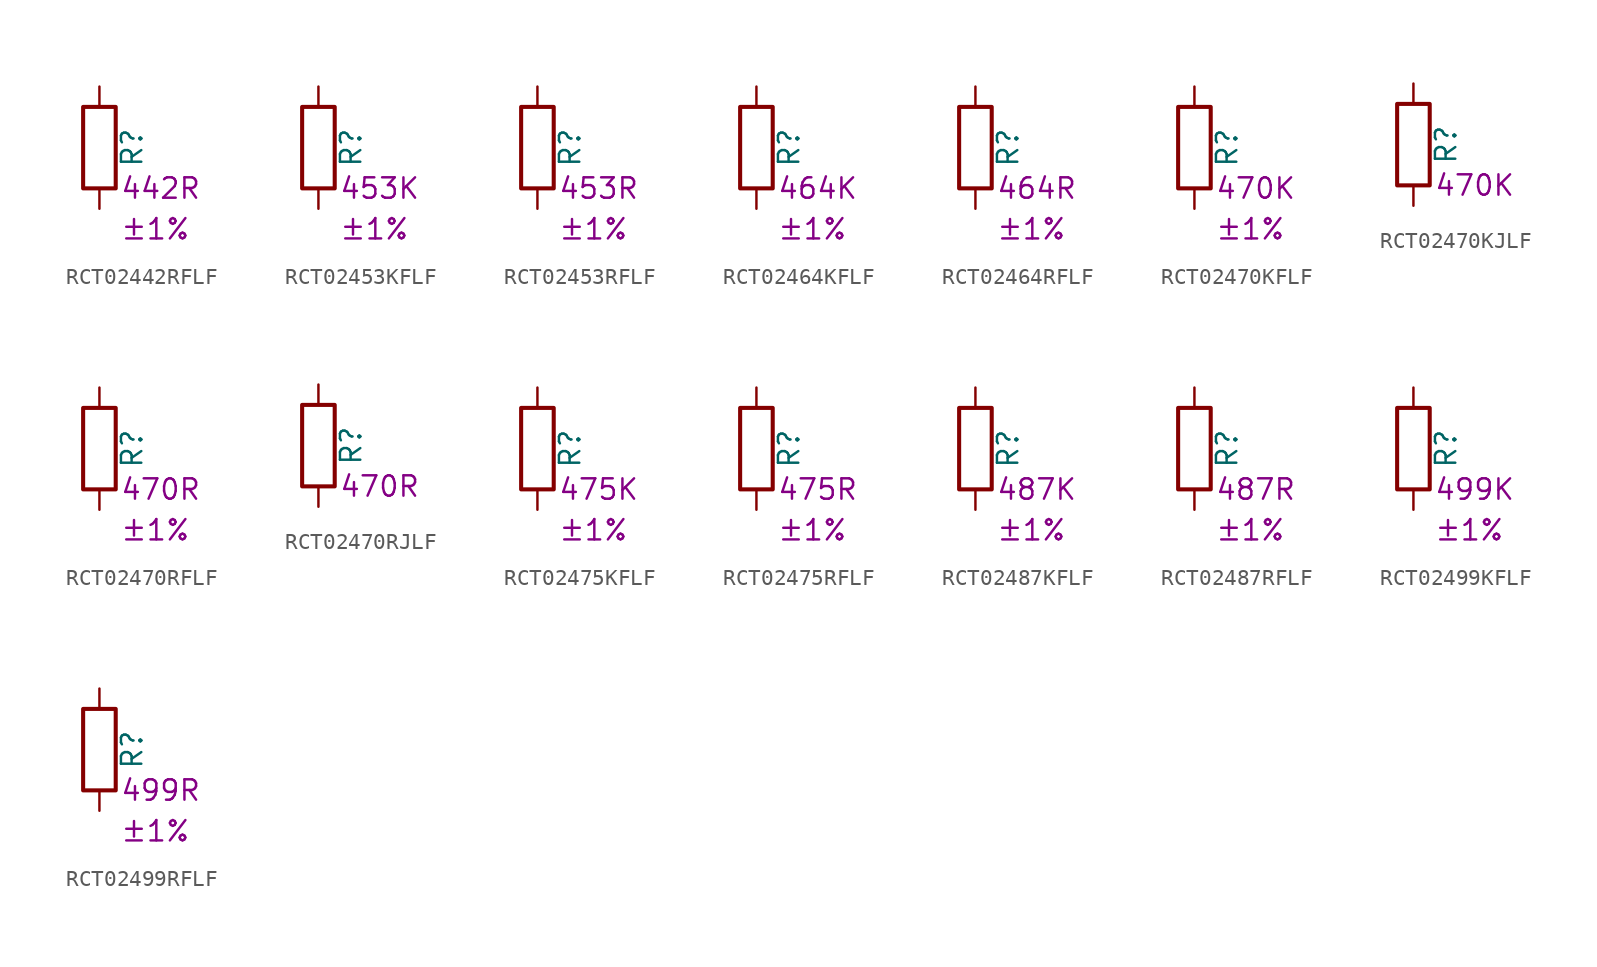
<source format=kicad_sym>
(kicad_symbol_lib
  (version 20220914)
  (generator kicad_symbol_editor)
  (symbol "RCT02442RFLF"
    (pin_numbers hide)
    (pin_names
      (offset 0))
    (property "Reference" "R"
      (at 2.032 0 90)
      (effects (font (size 1.27 1.27))))
    (property "Resistance" "442R"
      (at 1.27 -2.54 0)
      (effects (font (size 1.27 1.27)) (justify left)))
    (property "Tolerance" "±1%"
      (at 1.27 -5.08 0)
      (effects (font (size 1.27 1.27)) (justify left)))
    (symbol "RCT02442RFLF_0_1"
      (rectangle (start -1.016 -2.54) (end 1.016 2.54) (stroke (width 0.254) (type default)) (fill (type none))))
    (symbol "RCT02442RFLF_1_1"
      (pin passive line (at 0 3.81 270) (length 1.27) (name "~" (effects (font (size 1.27 1.27)))) (number "1" (effects (font (size 1.27 1.27)))))
      (pin passive line (at 0 -3.81 90) (length 1.27) (name "~" (effects (font (size 1.27 1.27)))) (number "2" (effects (font (size 1.27 1.27)))))))
  (symbol "RCT02453KFLF"
    (pin_numbers hide)
    (pin_names
      (offset 0))
    (property "Reference" "R"
      (at 2.032 0 90)
      (effects (font (size 1.27 1.27))))
    (property "Resistance" "453K"
      (at 1.27 -2.54 0)
      (effects (font (size 1.27 1.27)) (justify left)))
    (property "Tolerance" "±1%"
      (at 1.27 -5.08 0)
      (effects (font (size 1.27 1.27)) (justify left)))
    (symbol "RCT02453KFLF_0_1"
      (rectangle (start -1.016 -2.54) (end 1.016 2.54) (stroke (width 0.254) (type default)) (fill (type none))))
    (symbol "RCT02453KFLF_1_1"
      (pin passive line (at 0 3.81 270) (length 1.27) (name "~" (effects (font (size 1.27 1.27)))) (number "1" (effects (font (size 1.27 1.27)))))
      (pin passive line (at 0 -3.81 90) (length 1.27) (name "~" (effects (font (size 1.27 1.27)))) (number "2" (effects (font (size 1.27 1.27)))))))
  (symbol "RCT02453RFLF"
    (pin_numbers hide)
    (pin_names
      (offset 0))
    (property "Reference" "R"
      (at 2.032 0 90)
      (effects (font (size 1.27 1.27))))
    (property "Resistance" "453R"
      (at 1.27 -2.54 0)
      (effects (font (size 1.27 1.27)) (justify left)))
    (property "Tolerance" "±1%"
      (at 1.27 -5.08 0)
      (effects (font (size 1.27 1.27)) (justify left)))
    (symbol "RCT02453RFLF_0_1"
      (rectangle (start -1.016 -2.54) (end 1.016 2.54) (stroke (width 0.254) (type default)) (fill (type none))))
    (symbol "RCT02453RFLF_1_1"
      (pin passive line (at 0 3.81 270) (length 1.27) (name "~" (effects (font (size 1.27 1.27)))) (number "1" (effects (font (size 1.27 1.27)))))
      (pin passive line (at 0 -3.81 90) (length 1.27) (name "~" (effects (font (size 1.27 1.27)))) (number "2" (effects (font (size 1.27 1.27)))))))
  (symbol "RCT02464KFLF"
    (pin_numbers hide)
    (pin_names
      (offset 0))
    (property "Reference" "R"
      (at 2.032 0 90)
      (effects (font (size 1.27 1.27))))
    (property "Resistance" "464K"
      (at 1.27 -2.54 0)
      (effects (font (size 1.27 1.27)) (justify left)))
    (property "Tolerance" "±1%"
      (at 1.27 -5.08 0)
      (effects (font (size 1.27 1.27)) (justify left)))
    (symbol "RCT02464KFLF_0_1"
      (rectangle (start -1.016 -2.54) (end 1.016 2.54) (stroke (width 0.254) (type default)) (fill (type none))))
    (symbol "RCT02464KFLF_1_1"
      (pin passive line (at 0 3.81 270) (length 1.27) (name "~" (effects (font (size 1.27 1.27)))) (number "1" (effects (font (size 1.27 1.27)))))
      (pin passive line (at 0 -3.81 90) (length 1.27) (name "~" (effects (font (size 1.27 1.27)))) (number "2" (effects (font (size 1.27 1.27)))))))
  (symbol "RCT02464RFLF"
    (pin_numbers hide)
    (pin_names
      (offset 0))
    (property "Reference" "R"
      (at 2.032 0 90)
      (effects (font (size 1.27 1.27))))
    (property "Resistance" "464R"
      (at 1.27 -2.54 0)
      (effects (font (size 1.27 1.27)) (justify left)))
    (property "Tolerance" "±1%"
      (at 1.27 -5.08 0)
      (effects (font (size 1.27 1.27)) (justify left)))
    (symbol "RCT02464RFLF_0_1"
      (rectangle (start -1.016 -2.54) (end 1.016 2.54) (stroke (width 0.254) (type default)) (fill (type none))))
    (symbol "RCT02464RFLF_1_1"
      (pin passive line (at 0 3.81 270) (length 1.27) (name "~" (effects (font (size 1.27 1.27)))) (number "1" (effects (font (size 1.27 1.27)))))
      (pin passive line (at 0 -3.81 90) (length 1.27) (name "~" (effects (font (size 1.27 1.27)))) (number "2" (effects (font (size 1.27 1.27)))))))
  (symbol "RCT02470KFLF"
    (pin_numbers hide)
    (pin_names
      (offset 0))
    (property "Reference" "R"
      (at 2.032 0 90)
      (effects (font (size 1.27 1.27))))
    (property "Resistance" "470K"
      (at 1.27 -2.54 0)
      (effects (font (size 1.27 1.27)) (justify left)))
    (property "Tolerance" "±1%"
      (at 1.27 -5.08 0)
      (effects (font (size 1.27 1.27)) (justify left)))
    (symbol "RCT02470KFLF_0_1"
      (rectangle (start -1.016 -2.54) (end 1.016 2.54) (stroke (width 0.254) (type default)) (fill (type none))))
    (symbol "RCT02470KFLF_1_1"
      (pin passive line (at 0 3.81 270) (length 1.27) (name "~" (effects (font (size 1.27 1.27)))) (number "1" (effects (font (size 1.27 1.27)))))
      (pin passive line (at 0 -3.81 90) (length 1.27) (name "~" (effects (font (size 1.27 1.27)))) (number "2" (effects (font (size 1.27 1.27)))))))
  (symbol "RCT02470KJLF"
    (pin_numbers hide)
    (pin_names
      (offset 0))
    (property "Reference" "R"
      (at 2.032 0 90)
      (effects (font (size 1.27 1.27))))
    (property "Resistance" "470K"
      (at 1.27 -2.54 0)
      (effects (font (size 1.27 1.27)) (justify left)))
    (symbol "RCT02470KJLF_0_1"
      (rectangle (start -1.016 -2.54) (end 1.016 2.54) (stroke (width 0.254) (type default)) (fill (type none))))
    (symbol "RCT02470KJLF_1_1"
      (pin passive line (at 0 3.81 270) (length 1.27) (name "~" (effects (font (size 1.27 1.27)))) (number "1" (effects (font (size 1.27 1.27)))))
      (pin passive line (at 0 -3.81 90) (length 1.27) (name "~" (effects (font (size 1.27 1.27)))) (number "2" (effects (font (size 1.27 1.27)))))))
  (symbol "RCT02470RFLF"
    (pin_numbers hide)
    (pin_names
      (offset 0))
    (property "Reference" "R"
      (at 2.032 0 90)
      (effects (font (size 1.27 1.27))))
    (property "Resistance" "470R"
      (at 1.27 -2.54 0)
      (effects (font (size 1.27 1.27)) (justify left)))
    (property "Tolerance" "±1%"
      (at 1.27 -5.08 0)
      (effects (font (size 1.27 1.27)) (justify left)))
    (symbol "RCT02470RFLF_0_1"
      (rectangle (start -1.016 -2.54) (end 1.016 2.54) (stroke (width 0.254) (type default)) (fill (type none))))
    (symbol "RCT02470RFLF_1_1"
      (pin passive line (at 0 3.81 270) (length 1.27) (name "~" (effects (font (size 1.27 1.27)))) (number "1" (effects (font (size 1.27 1.27)))))
      (pin passive line (at 0 -3.81 90) (length 1.27) (name "~" (effects (font (size 1.27 1.27)))) (number "2" (effects (font (size 1.27 1.27)))))))
  (symbol "RCT02470RJLF"
    (pin_numbers hide)
    (pin_names
      (offset 0))
    (property "Reference" "R"
      (at 2.032 0 90)
      (effects (font (size 1.27 1.27))))
    (property "Resistance" "470R"
      (at 1.27 -2.54 0)
      (effects (font (size 1.27 1.27)) (justify left)))
    (symbol "RCT02470RJLF_0_1"
      (rectangle (start -1.016 -2.54) (end 1.016 2.54) (stroke (width 0.254) (type default)) (fill (type none))))
    (symbol "RCT02470RJLF_1_1"
      (pin passive line (at 0 3.81 270) (length 1.27) (name "~" (effects (font (size 1.27 1.27)))) (number "1" (effects (font (size 1.27 1.27)))))
      (pin passive line (at 0 -3.81 90) (length 1.27) (name "~" (effects (font (size 1.27 1.27)))) (number "2" (effects (font (size 1.27 1.27)))))))
  (symbol "RCT02475KFLF"
    (pin_numbers hide)
    (pin_names
      (offset 0))
    (property "Reference" "R"
      (at 2.032 0 90)
      (effects (font (size 1.27 1.27))))
    (property "Resistance" "475K"
      (at 1.27 -2.54 0)
      (effects (font (size 1.27 1.27)) (justify left)))
    (property "Tolerance" "±1%"
      (at 1.27 -5.08 0)
      (effects (font (size 1.27 1.27)) (justify left)))
    (symbol "RCT02475KFLF_0_1"
      (rectangle (start -1.016 -2.54) (end 1.016 2.54) (stroke (width 0.254) (type default)) (fill (type none))))
    (symbol "RCT02475KFLF_1_1"
      (pin passive line (at 0 3.81 270) (length 1.27) (name "~" (effects (font (size 1.27 1.27)))) (number "1" (effects (font (size 1.27 1.27)))))
      (pin passive line (at 0 -3.81 90) (length 1.27) (name "~" (effects (font (size 1.27 1.27)))) (number "2" (effects (font (size 1.27 1.27)))))))
  (symbol "RCT02475RFLF"
    (pin_numbers hide)
    (pin_names
      (offset 0))
    (property "Reference" "R"
      (at 2.032 0 90)
      (effects (font (size 1.27 1.27))))
    (property "Resistance" "475R"
      (at 1.27 -2.54 0)
      (effects (font (size 1.27 1.27)) (justify left)))
    (property "Tolerance" "±1%"
      (at 1.27 -5.08 0)
      (effects (font (size 1.27 1.27)) (justify left)))
    (symbol "RCT02475RFLF_0_1"
      (rectangle (start -1.016 -2.54) (end 1.016 2.54) (stroke (width 0.254) (type default)) (fill (type none))))
    (symbol "RCT02475RFLF_1_1"
      (pin passive line (at 0 3.81 270) (length 1.27) (name "~" (effects (font (size 1.27 1.27)))) (number "1" (effects (font (size 1.27 1.27)))))
      (pin passive line (at 0 -3.81 90) (length 1.27) (name "~" (effects (font (size 1.27 1.27)))) (number "2" (effects (font (size 1.27 1.27)))))))
  (symbol "RCT02487KFLF"
    (pin_numbers hide)
    (pin_names
      (offset 0))
    (property "Reference" "R"
      (at 2.032 0 90)
      (effects (font (size 1.27 1.27))))
    (property "Resistance" "487K"
      (at 1.27 -2.54 0)
      (effects (font (size 1.27 1.27)) (justify left)))
    (property "Tolerance" "±1%"
      (at 1.27 -5.08 0)
      (effects (font (size 1.27 1.27)) (justify left)))
    (symbol "RCT02487KFLF_0_1"
      (rectangle (start -1.016 -2.54) (end 1.016 2.54) (stroke (width 0.254) (type default)) (fill (type none))))
    (symbol "RCT02487KFLF_1_1"
      (pin passive line (at 0 3.81 270) (length 1.27) (name "~" (effects (font (size 1.27 1.27)))) (number "1" (effects (font (size 1.27 1.27)))))
      (pin passive line (at 0 -3.81 90) (length 1.27) (name "~" (effects (font (size 1.27 1.27)))) (number "2" (effects (font (size 1.27 1.27)))))))
  (symbol "RCT02487RFLF"
    (pin_numbers hide)
    (pin_names
      (offset 0))
    (property "Reference" "R"
      (at 2.032 0 90)
      (effects (font (size 1.27 1.27))))
    (property "Resistance" "487R"
      (at 1.27 -2.54 0)
      (effects (font (size 1.27 1.27)) (justify left)))
    (property "Tolerance" "±1%"
      (at 1.27 -5.08 0)
      (effects (font (size 1.27 1.27)) (justify left)))
    (symbol "RCT02487RFLF_0_1"
      (rectangle (start -1.016 -2.54) (end 1.016 2.54) (stroke (width 0.254) (type default)) (fill (type none))))
    (symbol "RCT02487RFLF_1_1"
      (pin passive line (at 0 3.81 270) (length 1.27) (name "~" (effects (font (size 1.27 1.27)))) (number "1" (effects (font (size 1.27 1.27)))))
      (pin passive line (at 0 -3.81 90) (length 1.27) (name "~" (effects (font (size 1.27 1.27)))) (number "2" (effects (font (size 1.27 1.27)))))))
  (symbol "RCT02499KFLF"
    (pin_numbers hide)
    (pin_names
      (offset 0))
    (property "Reference" "R"
      (at 2.032 0 90)
      (effects (font (size 1.27 1.27))))
    (property "Resistance" "499K"
      (at 1.27 -2.54 0)
      (effects (font (size 1.27 1.27)) (justify left)))
    (property "Tolerance" "±1%"
      (at 1.27 -5.08 0)
      (effects (font (size 1.27 1.27)) (justify left)))
    (symbol "RCT02499KFLF_0_1"
      (rectangle (start -1.016 -2.54) (end 1.016 2.54) (stroke (width 0.254) (type default)) (fill (type none))))
    (symbol "RCT02499KFLF_1_1"
      (pin passive line (at 0 3.81 270) (length 1.27) (name "~" (effects (font (size 1.27 1.27)))) (number "1" (effects (font (size 1.27 1.27)))))
      (pin passive line (at 0 -3.81 90) (length 1.27) (name "~" (effects (font (size 1.27 1.27)))) (number "2" (effects (font (size 1.27 1.27)))))))
  (symbol "RCT02499RFLF"
    (pin_numbers hide)
    (pin_names
      (offset 0))
    (property "Reference" "R"
      (at 2.032 0 90)
      (effects (font (size 1.27 1.27))))
    (property "Resistance" "499R"
      (at 1.27 -2.54 0)
      (effects (font (size 1.27 1.27)) (justify left)))
    (property "Tolerance" "±1%"
      (at 1.27 -5.08 0)
      (effects (font (size 1.27 1.27)) (justify left)))
    (symbol "RCT02499RFLF_0_1"
      (rectangle (start -1.016 -2.54) (end 1.016 2.54) (stroke (width 0.254) (type default)) (fill (type none))))
    (symbol "RCT02499RFLF_1_1"
      (pin passive line (at 0 3.81 270) (length 1.27) (name "~" (effects (font (size 1.27 1.27)))) (number "1" (effects (font (size 1.27 1.27)))))
      (pin passive line (at 0 -3.81 90) (length 1.27) (name "~" (effects (font (size 1.27 1.27)))) (number "2" (effects (font (size 1.27 1.27))))))))
</source>
